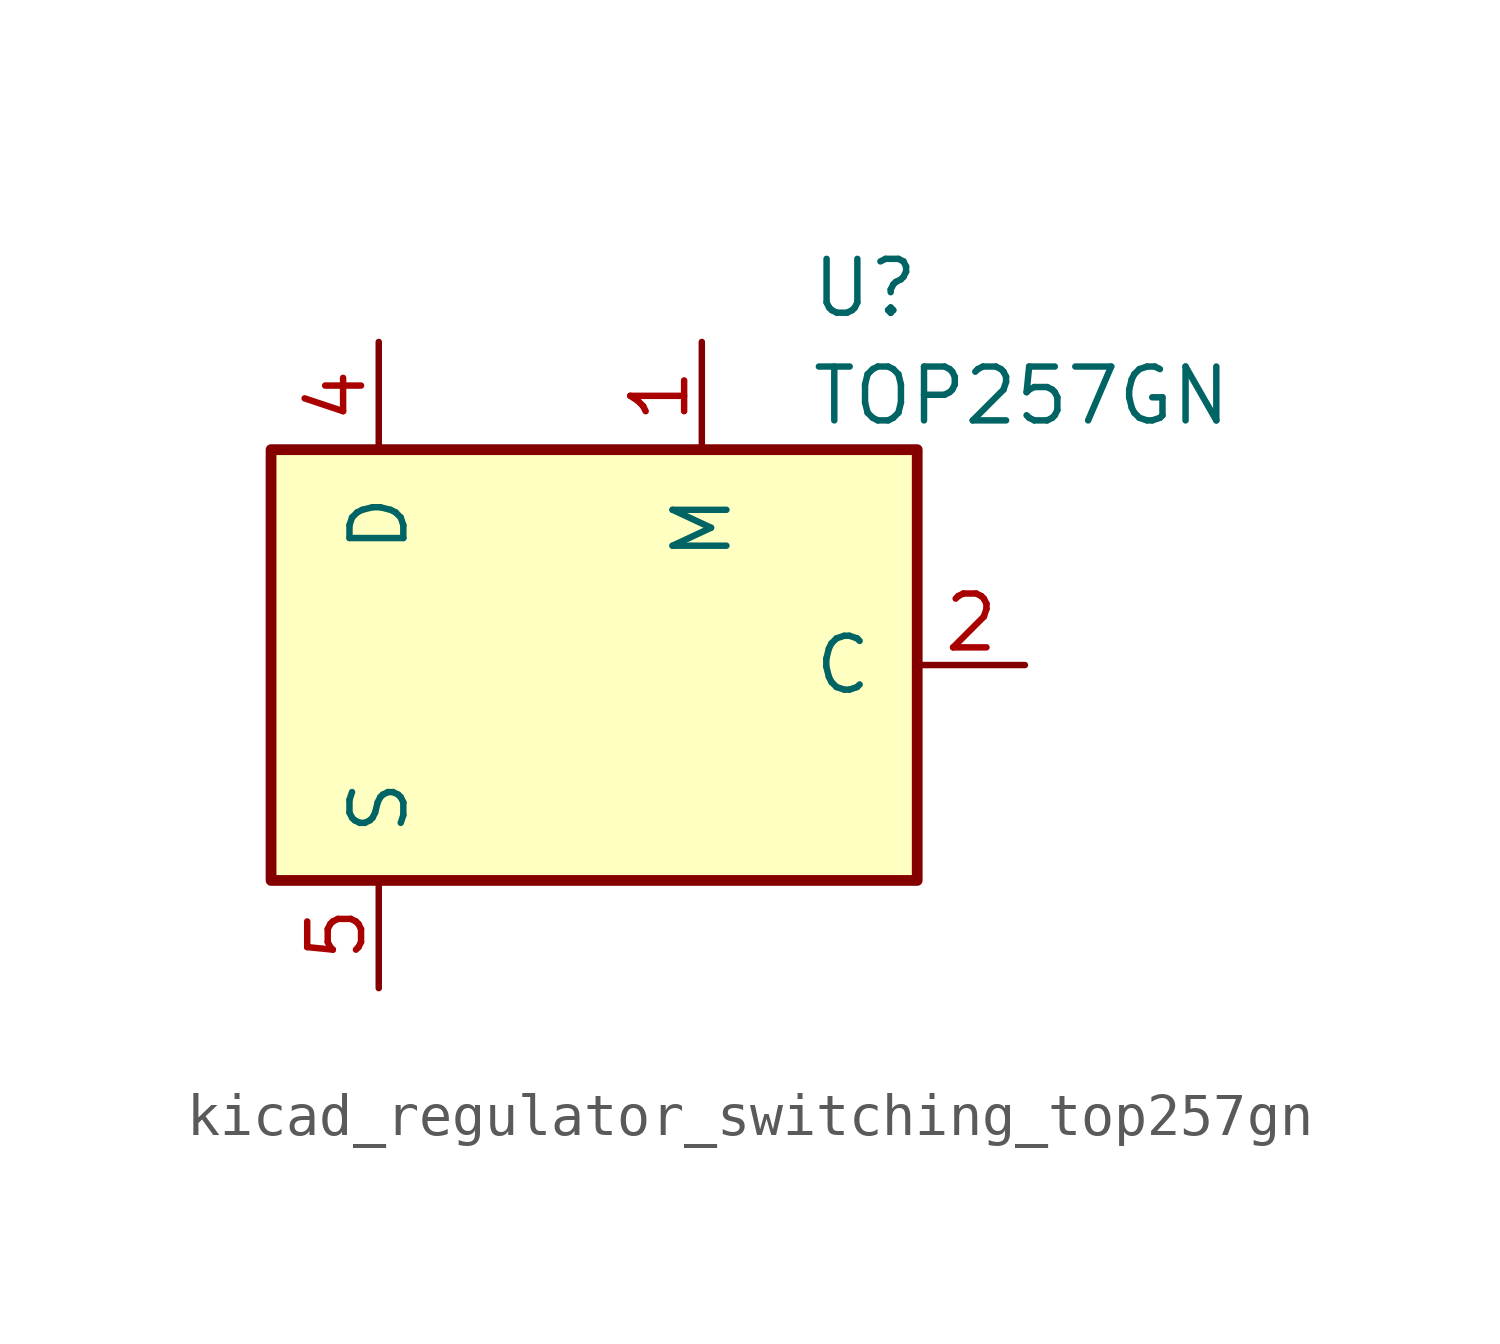
<source format=kicad_sym>
(kicad_symbol_lib
  (version 20220914)
  (generator kicad_symbol_editor)
  (symbol "kicad_regulator_switching_top257gn"
    (pin_names
      (offset 1.016))
    (property "Reference" "U"
      (at 5.08 8.89 0)
      (effects (font (size 1.27 1.27)) (justify left)))
    (property "Value" "TOP257GN"
      (at 5.08 6.35 0)
      (effects (font (size 1.27 1.27)) (justify left)))
    (symbol "kicad_regulator_switching_top257gn_0_1"
      (rectangle (start -7.62 5.08) (end 7.62 -5.08) (stroke (width 0.254) (type default)) (fill (type background))))
    (symbol "kicad_regulator_switching_top257gn_1_1"
      (pin input line (at 2.54 7.62 270) (length 2.54) (name "M" (effects (font (size 1.27 1.27)))) (number "1" (effects (font (size 1.27 1.27)))))
      (pin input line (at 10.16 0 180) (length 2.54) (name "C" (effects (font (size 1.27 1.27)))) (number "2" (effects (font (size 1.27 1.27)))))
      (pin open_collector line (at -5.08 7.62 270) (length 2.54) (name "D" (effects (font (size 1.27 1.27)))) (number "4" (effects (font (size 1.27 1.27)))))
      (pin power_in line (at -5.08 -7.62 90) (length 2.54) (name "S" (effects (font (size 1.27 1.27)))) (number "5" (effects (font (size 1.27 1.27)))))
      (pin passive line (at -5.08 -7.62 90) (length 2.54) hide (name "S" (effects (font (size 1.27 1.27)))) (number "6" (effects (font (size 1.27 1.27)))))
      (pin passive line (at -5.08 -7.62 90) (length 2.54) hide (name "S" (effects (font (size 1.27 1.27)))) (number "7" (effects (font (size 1.27 1.27)))))
      (pin passive line (at -5.08 -7.62 90) (length 2.54) hide (name "S" (effects (font (size 1.27 1.27)))) (number "8" (effects (font (size 1.27 1.27))))))))
</source>
